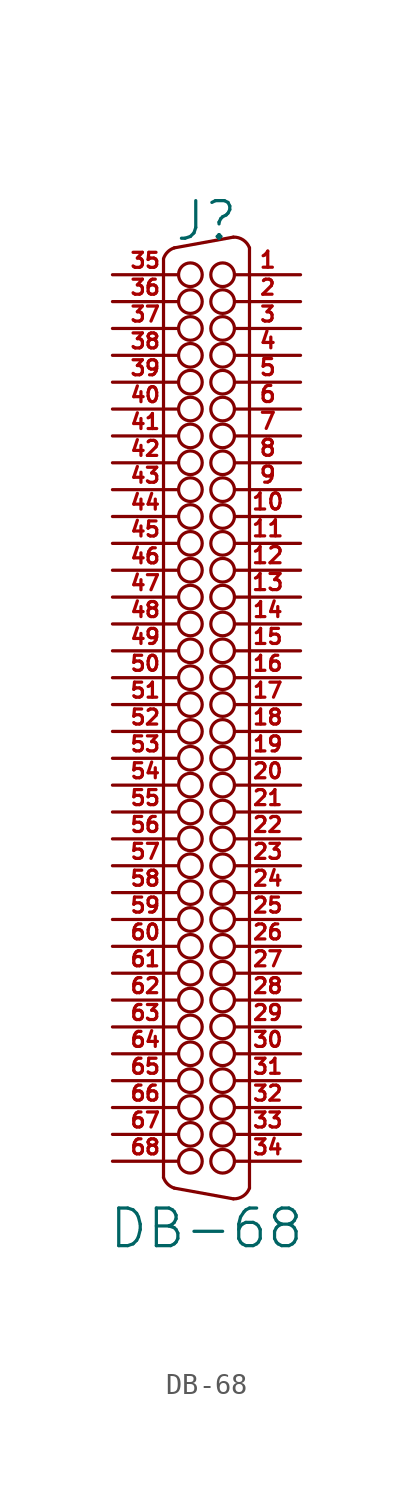
<source format=kicad_sym>
(kicad_symbol_lib
  (version 20220914)
  (generator kicad_symbol_editor)
  (symbol "DB-68"
    (pin_names
      (offset 1.016) hide)
    (property "Reference" "J"
      (at 0 23.495 0)
      (effects (font (size 1.778 1.778))))
    (property "Value" "DB-68"
      (at 0 -24.13 0)
      (effects (font (size 1.778 1.778))))
    (property "Footprint" ""
      (at 0 0 0)
      (effects (font (size 1.524 1.524))))
    (property "Datasheet" ""
      (at 0 0 0)
      (effects (font (size 1.524 1.524))))
    (symbol "DB-68_0_1"
      (arc (start -2.032 -21.717) (mid -1.838 -22.031) (end -1.524 -22.225) (stroke (width 0) (type solid)) (fill (type none)))
      (arc (start -1.524 22.225) (mid -1.838 22.031) (end -2.032 21.717) (stroke (width 0) (type solid)) (fill (type none)))
      (circle (center -0.762 -20.955) (radius 0.559) (stroke (width 0) (type solid)) (fill (type none)))
      (circle (center -0.762 -19.685) (radius 0.559) (stroke (width 0) (type solid)) (fill (type none)))
      (circle (center -0.762 -18.415) (radius 0.559) (stroke (width 0) (type solid)) (fill (type none)))
      (circle (center -0.762 -17.145) (radius 0.559) (stroke (width 0) (type solid)) (fill (type none)))
      (circle (center -0.762 -15.875) (radius 0.559) (stroke (width 0) (type solid)) (fill (type none)))
      (circle (center -0.762 -14.605) (radius 0.559) (stroke (width 0) (type solid)) (fill (type none)))
      (circle (center -0.762 -13.335) (radius 0.559) (stroke (width 0) (type solid)) (fill (type none)))
      (circle (center -0.762 -12.065) (radius 0.559) (stroke (width 0) (type solid)) (fill (type none)))
      (circle (center -0.762 -10.795) (radius 0.559) (stroke (width 0) (type solid)) (fill (type none)))
      (circle (center -0.762 -9.525) (radius 0.559) (stroke (width 0) (type solid)) (fill (type none)))
      (circle (center -0.762 -8.255) (radius 0.559) (stroke (width 0) (type solid)) (fill (type none)))
      (circle (center -0.762 -6.985) (radius 0.559) (stroke (width 0) (type solid)) (fill (type none)))
      (circle (center -0.762 -5.715) (radius 0.559) (stroke (width 0) (type solid)) (fill (type none)))
      (circle (center -0.762 -4.445) (radius 0.559) (stroke (width 0) (type solid)) (fill (type none)))
      (circle (center -0.762 -3.175) (radius 0.559) (stroke (width 0) (type solid)) (fill (type none)))
      (circle (center -0.762 -1.905) (radius 0.559) (stroke (width 0) (type solid)) (fill (type none)))
      (circle (center -0.762 -0.635) (radius 0.559) (stroke (width 0) (type solid)) (fill (type none)))
      (circle (center -0.762 0.635) (radius 0.559) (stroke (width 0) (type solid)) (fill (type none)))
      (circle (center -0.762 1.905) (radius 0.559) (stroke (width 0) (type solid)) (fill (type none)))
      (circle (center -0.762 3.175) (radius 0.559) (stroke (width 0) (type solid)) (fill (type none)))
      (circle (center -0.762 4.445) (radius 0.559) (stroke (width 0) (type solid)) (fill (type none)))
      (circle (center -0.762 5.715) (radius 0.559) (stroke (width 0) (type solid)) (fill (type none)))
      (circle (center -0.762 6.985) (radius 0.559) (stroke (width 0) (type solid)) (fill (type none)))
      (circle (center -0.762 8.255) (radius 0.559) (stroke (width 0) (type solid)) (fill (type none)))
      (circle (center -0.762 9.525) (radius 0.559) (stroke (width 0) (type solid)) (fill (type none)))
      (circle (center -0.762 10.795) (radius 0.559) (stroke (width 0) (type solid)) (fill (type none)))
      (circle (center -0.762 12.065) (radius 0.559) (stroke (width 0) (type solid)) (fill (type none)))
      (circle (center -0.762 13.335) (radius 0.559) (stroke (width 0) (type solid)) (fill (type none)))
      (circle (center -0.762 14.605) (radius 0.559) (stroke (width 0) (type solid)) (fill (type none)))
      (circle (center -0.762 15.875) (radius 0.559) (stroke (width 0) (type solid)) (fill (type none)))
      (circle (center -0.762 17.145) (radius 0.559) (stroke (width 0) (type solid)) (fill (type none)))
      (circle (center -0.762 18.415) (radius 0.559) (stroke (width 0) (type solid)) (fill (type none)))
      (circle (center -0.762 19.685) (radius 0.559) (stroke (width 0) (type solid)) (fill (type none)))
      (circle (center -0.762 20.955) (radius 0.559) (stroke (width 0) (type solid)) (fill (type none)))
      (polyline (pts (xy -2.032 -21.717) (xy -2.032 21.692)) (stroke (width 0) (type solid)) (fill (type none)))
      (polyline (pts (xy 2.032 -22.225) (xy 2.032 22.225)) (stroke (width 0) (type solid)) (fill (type none)))
      (polyline (pts (xy -1.524 -22.225) (xy 1.27 -22.733) (xy 1.27 -22.733)) (stroke (width 0) (type solid)) (fill (type none)))
      (polyline (pts (xy -1.524 22.225) (xy 1.27 22.733) (xy 1.27 22.733)) (stroke (width 0) (type solid)) (fill (type none)))
      (circle (center 0.762 -20.955) (radius 0.559) (stroke (width 0) (type solid)) (fill (type none)))
      (circle (center 0.762 -19.685) (radius 0.559) (stroke (width 0) (type solid)) (fill (type none)))
      (circle (center 0.762 -18.415) (radius 0.559) (stroke (width 0) (type solid)) (fill (type none)))
      (circle (center 0.762 -17.145) (radius 0.559) (stroke (width 0) (type solid)) (fill (type none)))
      (circle (center 0.762 -15.875) (radius 0.559) (stroke (width 0) (type solid)) (fill (type none)))
      (circle (center 0.762 -14.605) (radius 0.559) (stroke (width 0) (type solid)) (fill (type none)))
      (circle (center 0.762 -13.335) (radius 0.559) (stroke (width 0) (type solid)) (fill (type none)))
      (circle (center 0.762 -12.065) (radius 0.559) (stroke (width 0) (type solid)) (fill (type none)))
      (circle (center 0.762 -10.795) (radius 0.559) (stroke (width 0) (type solid)) (fill (type none)))
      (circle (center 0.762 -9.525) (radius 0.559) (stroke (width 0) (type solid)) (fill (type none)))
      (circle (center 0.762 -8.255) (radius 0.559) (stroke (width 0) (type solid)) (fill (type none)))
      (circle (center 0.762 -6.985) (radius 0.559) (stroke (width 0) (type solid)) (fill (type none)))
      (circle (center 0.762 -5.715) (radius 0.559) (stroke (width 0) (type solid)) (fill (type none)))
      (circle (center 0.762 -4.445) (radius 0.559) (stroke (width 0) (type solid)) (fill (type none)))
      (circle (center 0.762 -3.175) (radius 0.559) (stroke (width 0) (type solid)) (fill (type none)))
      (circle (center 0.762 -1.905) (radius 0.559) (stroke (width 0) (type solid)) (fill (type none)))
      (circle (center 0.762 -0.635) (radius 0.559) (stroke (width 0) (type solid)) (fill (type none)))
      (circle (center 0.762 0.635) (radius 0.559) (stroke (width 0) (type solid)) (fill (type none)))
      (circle (center 0.762 1.905) (radius 0.559) (stroke (width 0) (type solid)) (fill (type none)))
      (circle (center 0.762 3.175) (radius 0.559) (stroke (width 0) (type solid)) (fill (type none)))
      (circle (center 0.762 4.445) (radius 0.559) (stroke (width 0) (type solid)) (fill (type none)))
      (circle (center 0.762 5.715) (radius 0.559) (stroke (width 0) (type solid)) (fill (type none)))
      (circle (center 0.762 6.985) (radius 0.559) (stroke (width 0) (type solid)) (fill (type none)))
      (circle (center 0.762 8.255) (radius 0.559) (stroke (width 0) (type solid)) (fill (type none)))
      (circle (center 0.762 9.525) (radius 0.559) (stroke (width 0) (type solid)) (fill (type none)))
      (circle (center 0.762 10.795) (radius 0.559) (stroke (width 0) (type solid)) (fill (type none)))
      (circle (center 0.762 12.065) (radius 0.559) (stroke (width 0) (type solid)) (fill (type none)))
      (circle (center 0.762 13.335) (radius 0.559) (stroke (width 0) (type solid)) (fill (type none)))
      (circle (center 0.762 14.605) (radius 0.559) (stroke (width 0) (type solid)) (fill (type none)))
      (circle (center 0.762 15.875) (radius 0.559) (stroke (width 0) (type solid)) (fill (type none)))
      (circle (center 0.762 17.145) (radius 0.559) (stroke (width 0) (type solid)) (fill (type none)))
      (circle (center 0.762 18.415) (radius 0.559) (stroke (width 0) (type solid)) (fill (type none)))
      (circle (center 0.762 19.685) (radius 0.559) (stroke (width 0) (type solid)) (fill (type none)))
      (circle (center 0.762 20.955) (radius 0.559) (stroke (width 0) (type solid)) (fill (type none)))
      (arc (start 1.27 -22.733) (mid 1.7324 -22.6011) (end 2.032 -22.225) (stroke (width 0) (type solid)) (fill (type none)))
      (arc (start 2.032 22.225) (mid 1.7324 22.6011) (end 1.27 22.733) (stroke (width 0) (type solid)) (fill (type none))))
    (symbol "DB-68_1_1"
      (pin passive line (at 4.445 20.955 180) (length 3.099) (name "~" (effects (font (size 0.762 0.762)))) (number "1" (effects (font (size 0.762 0.762)))))
      (pin passive line (at 4.445 9.525 180) (length 3.099) (name "~" (effects (font (size 0.762 0.762)))) (number "10" (effects (font (size 0.762 0.762)))))
      (pin passive line (at 4.445 8.255 180) (length 3.099) (name "~" (effects (font (size 0.762 0.762)))) (number "11" (effects (font (size 0.762 0.762)))))
      (pin passive line (at 4.445 6.985 180) (length 3.099) (name "~" (effects (font (size 0.762 0.762)))) (number "12" (effects (font (size 0.762 0.762)))))
      (pin passive line (at 4.445 5.715 180) (length 3.099) (name "~" (effects (font (size 0.762 0.762)))) (number "13" (effects (font (size 0.762 0.762)))))
      (pin passive line (at 4.445 4.445 180) (length 3.099) (name "~" (effects (font (size 0.711 0.711)))) (number "14" (effects (font (size 0.711 0.711)))))
      (pin passive line (at 4.445 3.175 180) (length 3.099) (name "~" (effects (font (size 0.711 0.711)))) (number "15" (effects (font (size 0.711 0.711)))))
      (pin passive line (at 4.445 1.905 180) (length 3.099) (name "~" (effects (font (size 0.711 0.711)))) (number "16" (effects (font (size 0.711 0.711)))))
      (pin passive line (at 4.445 0.635 180) (length 3.099) (name "~" (effects (font (size 0.711 0.711)))) (number "17" (effects (font (size 0.711 0.711)))))
      (pin passive line (at 4.445 -0.635 180) (length 3.099) (name "~" (effects (font (size 0.711 0.711)))) (number "18" (effects (font (size 0.711 0.711)))))
      (pin passive line (at 4.445 -1.905 180) (length 3.099) (name "~" (effects (font (size 0.711 0.711)))) (number "19" (effects (font (size 0.711 0.711)))))
      (pin passive line (at 4.445 19.685 180) (length 3.099) (name "~" (effects (font (size 0.711 0.711)))) (number "2" (effects (font (size 0.711 0.711)))))
      (pin passive line (at 4.445 -3.175 180) (length 3.099) (name "~" (effects (font (size 0.711 0.711)))) (number "20" (effects (font (size 0.711 0.711)))))
      (pin passive line (at 4.445 -4.445 180) (length 3.099) (name "~" (effects (font (size 0.711 0.711)))) (number "21" (effects (font (size 0.711 0.711)))))
      (pin passive line (at 4.445 -5.715 180) (length 3.099) (name "~" (effects (font (size 0.711 0.711)))) (number "22" (effects (font (size 0.711 0.711)))))
      (pin passive line (at 4.445 -6.985 180) (length 3.099) (name "~" (effects (font (size 0.711 0.711)))) (number "23" (effects (font (size 0.711 0.711)))))
      (pin passive line (at 4.445 -8.255 180) (length 3.099) (name "~" (effects (font (size 0.711 0.711)))) (number "24" (effects (font (size 0.711 0.711)))))
      (pin passive line (at 4.445 -9.525 180) (length 3.099) (name "~" (effects (font (size 0.711 0.711)))) (number "25" (effects (font (size 0.711 0.711)))))
      (pin passive line (at 4.445 -10.795 180) (length 3.099) (name "~" (effects (font (size 0.711 0.711)))) (number "26" (effects (font (size 0.711 0.711)))))
      (pin passive line (at 4.445 -12.065 180) (length 3.099) (name "~" (effects (font (size 0.711 0.711)))) (number "27" (effects (font (size 0.711 0.711)))))
      (pin passive line (at 4.445 -13.335 180) (length 3.099) (name "~" (effects (font (size 0.711 0.711)))) (number "28" (effects (font (size 0.711 0.711)))))
      (pin passive line (at 4.445 -14.605 180) (length 3.099) (name "~" (effects (font (size 0.711 0.711)))) (number "29" (effects (font (size 0.711 0.711)))))
      (pin passive line (at 4.445 18.415 180) (length 3.099) (name "~" (effects (font (size 0.711 0.711)))) (number "3" (effects (font (size 0.711 0.711)))))
      (pin passive line (at 4.445 -15.875 180) (length 3.099) (name "~" (effects (font (size 0.711 0.711)))) (number "30" (effects (font (size 0.711 0.711)))))
      (pin passive line (at 4.445 -17.145 180) (length 3.099) (name "~" (effects (font (size 0.711 0.711)))) (number "31" (effects (font (size 0.711 0.711)))))
      (pin passive line (at 4.445 -18.415 180) (length 3.099) (name "~" (effects (font (size 0.711 0.711)))) (number "32" (effects (font (size 0.711 0.711)))))
      (pin passive line (at 4.445 -19.685 180) (length 3.099) (name "~" (effects (font (size 0.711 0.711)))) (number "33" (effects (font (size 0.711 0.711)))))
      (pin passive line (at 4.445 -20.955 180) (length 3.099) (name "~" (effects (font (size 0.711 0.711)))) (number "34" (effects (font (size 0.711 0.711)))))
      (pin passive line (at -4.445 20.955 0) (length 3.099) (name "~" (effects (font (size 0.711 0.711)))) (number "35" (effects (font (size 0.711 0.711)))))
      (pin passive line (at -4.445 19.685 0) (length 3.099) (name "~" (effects (font (size 0.711 0.711)))) (number "36" (effects (font (size 0.711 0.711)))))
      (pin passive line (at -4.445 18.415 0) (length 3.099) (name "~" (effects (font (size 0.711 0.711)))) (number "37" (effects (font (size 0.711 0.711)))))
      (pin passive line (at -4.445 17.145 0) (length 3.099) (name "~" (effects (font (size 0.711 0.711)))) (number "38" (effects (font (size 0.711 0.711)))))
      (pin passive line (at -4.445 15.875 0) (length 3.099) (name "~" (effects (font (size 0.711 0.711)))) (number "39" (effects (font (size 0.711 0.711)))))
      (pin passive line (at 4.445 17.145 180) (length 3.099) (name "~" (effects (font (size 0.762 0.762)))) (number "4" (effects (font (size 0.762 0.762)))))
      (pin passive line (at -4.445 14.605 0) (length 3.099) (name "~" (effects (font (size 0.711 0.711)))) (number "40" (effects (font (size 0.711 0.711)))))
      (pin passive line (at -4.445 13.335 0) (length 3.099) (name "~" (effects (font (size 0.711 0.711)))) (number "41" (effects (font (size 0.711 0.711)))))
      (pin passive line (at -4.445 12.065 0) (length 3.099) (name "~" (effects (font (size 0.711 0.711)))) (number "42" (effects (font (size 0.711 0.711)))))
      (pin passive line (at -4.445 10.795 0) (length 3.099) (name "~" (effects (font (size 0.711 0.711)))) (number "43" (effects (font (size 0.711 0.711)))))
      (pin passive line (at -4.445 9.525 0) (length 3.099) (name "~" (effects (font (size 0.711 0.711)))) (number "44" (effects (font (size 0.711 0.711)))))
      (pin passive line (at -4.445 8.255 0) (length 3.099) (name "~" (effects (font (size 0.711 0.711)))) (number "45" (effects (font (size 0.711 0.711)))))
      (pin passive line (at -4.445 6.985 0) (length 3.099) (name "~" (effects (font (size 0.711 0.711)))) (number "46" (effects (font (size 0.711 0.711)))))
      (pin passive line (at -4.445 5.715 0) (length 3.099) (name "~" (effects (font (size 0.711 0.711)))) (number "47" (effects (font (size 0.711 0.711)))))
      (pin passive line (at -4.445 4.445 0) (length 3.099) (name "~" (effects (font (size 0.711 0.711)))) (number "48" (effects (font (size 0.711 0.711)))))
      (pin passive line (at -4.445 3.175 0) (length 3.099) (name "~" (effects (font (size 0.711 0.711)))) (number "49" (effects (font (size 0.711 0.711)))))
      (pin passive line (at 4.445 15.875 180) (length 3.099) (name "~" (effects (font (size 0.762 0.762)))) (number "5" (effects (font (size 0.762 0.762)))))
      (pin passive line (at -4.445 1.905 0) (length 3.099) (name "~" (effects (font (size 0.711 0.711)))) (number "50" (effects (font (size 0.711 0.711)))))
      (pin passive line (at -4.445 0.635 0) (length 3.099) (name "~" (effects (font (size 0.711 0.711)))) (number "51" (effects (font (size 0.711 0.711)))))
      (pin passive line (at -4.445 -0.635 0) (length 3.099) (name "~" (effects (font (size 0.711 0.711)))) (number "52" (effects (font (size 0.711 0.711)))))
      (pin passive line (at -4.445 -1.905 0) (length 3.099) (name "~" (effects (font (size 0.711 0.711)))) (number "53" (effects (font (size 0.711 0.711)))))
      (pin passive line (at -4.445 -3.175 0) (length 3.099) (name "~" (effects (font (size 0.711 0.711)))) (number "54" (effects (font (size 0.711 0.711)))))
      (pin passive line (at -4.445 -4.445 0) (length 3.099) (name "~" (effects (font (size 0.711 0.711)))) (number "55" (effects (font (size 0.711 0.711)))))
      (pin passive line (at -4.445 -5.715 0) (length 3.099) (name "~" (effects (font (size 0.711 0.711)))) (number "56" (effects (font (size 0.711 0.711)))))
      (pin passive line (at -4.445 -6.985 0) (length 3.099) (name "~" (effects (font (size 0.711 0.711)))) (number "57" (effects (font (size 0.711 0.711)))))
      (pin passive line (at -4.445 -8.255 0) (length 3.099) (name "~" (effects (font (size 0.711 0.711)))) (number "58" (effects (font (size 0.711 0.711)))))
      (pin passive line (at -4.445 -9.525 0) (length 3.099) (name "~" (effects (font (size 0.711 0.711)))) (number "59" (effects (font (size 0.711 0.711)))))
      (pin passive line (at 4.445 14.605 180) (length 3.099) (name "~" (effects (font (size 0.762 0.762)))) (number "6" (effects (font (size 0.762 0.762)))))
      (pin passive line (at -4.445 -10.795 0) (length 3.099) (name "~" (effects (font (size 0.711 0.711)))) (number "60" (effects (font (size 0.711 0.711)))))
      (pin passive line (at -4.445 -12.065 0) (length 3.099) (name "~" (effects (font (size 0.711 0.711)))) (number "61" (effects (font (size 0.711 0.711)))))
      (pin passive line (at -4.445 -13.335 0) (length 3.099) (name "~" (effects (font (size 0.711 0.711)))) (number "62" (effects (font (size 0.711 0.711)))))
      (pin passive line (at -4.445 -14.605 0) (length 3.099) (name "~" (effects (font (size 0.711 0.711)))) (number "63" (effects (font (size 0.711 0.711)))))
      (pin passive line (at -4.445 -15.875 0) (length 3.099) (name "~" (effects (font (size 0.711 0.711)))) (number "64" (effects (font (size 0.711 0.711)))))
      (pin passive line (at -4.445 -17.145 0) (length 3.099) (name "~" (effects (font (size 0.711 0.711)))) (number "65" (effects (font (size 0.711 0.711)))))
      (pin passive line (at -4.445 -18.415 0) (length 3.099) (name "~" (effects (font (size 0.711 0.711)))) (number "66" (effects (font (size 0.711 0.711)))))
      (pin passive line (at -4.445 -19.685 0) (length 3.099) (name "~" (effects (font (size 0.711 0.711)))) (number "67" (effects (font (size 0.711 0.711)))))
      (pin passive line (at -4.445 -20.955 0) (length 3.099) (name "~" (effects (font (size 0.711 0.711)))) (number "68" (effects (font (size 0.711 0.711)))))
      (pin passive line (at 4.445 13.335 180) (length 3.099) (name "~" (effects (font (size 0.762 0.762)))) (number "7" (effects (font (size 0.762 0.762)))))
      (pin passive line (at 4.445 12.065 180) (length 3.099) (name "~" (effects (font (size 0.762 0.762)))) (number "8" (effects (font (size 0.762 0.762)))))
      (pin passive line (at 4.445 10.795 180) (length 3.099) (name "~" (effects (font (size 0.762 0.762)))) (number "9" (effects (font (size 0.762 0.762))))))))
</source>
